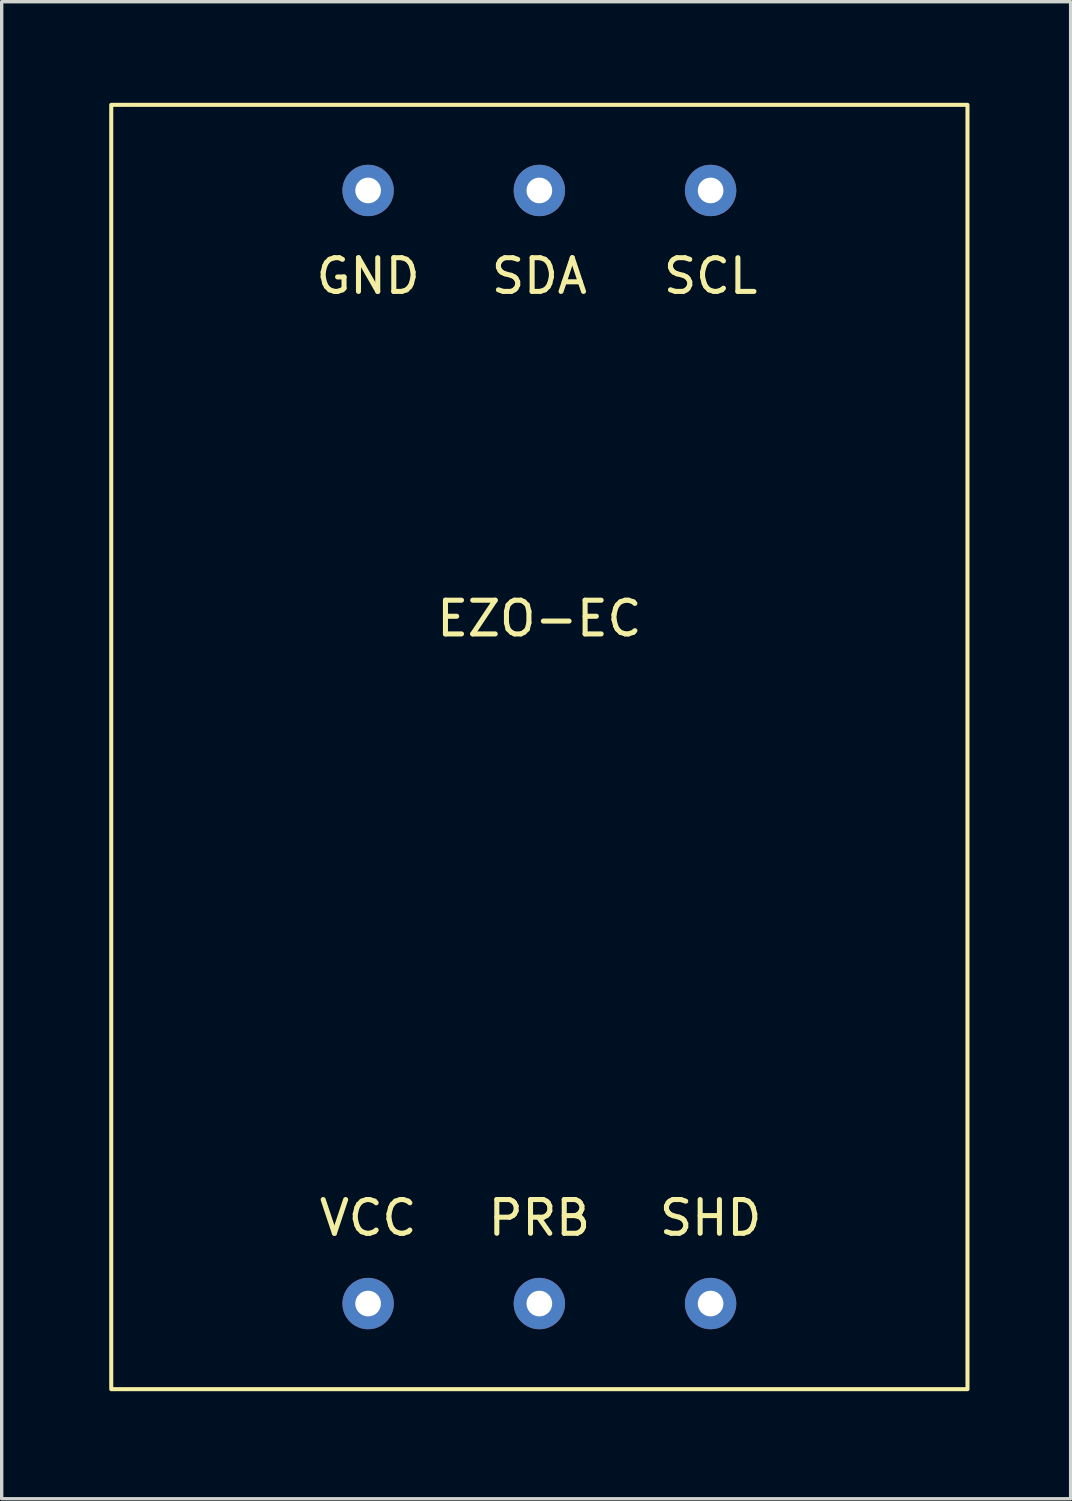
<source format=kicad_pcb>
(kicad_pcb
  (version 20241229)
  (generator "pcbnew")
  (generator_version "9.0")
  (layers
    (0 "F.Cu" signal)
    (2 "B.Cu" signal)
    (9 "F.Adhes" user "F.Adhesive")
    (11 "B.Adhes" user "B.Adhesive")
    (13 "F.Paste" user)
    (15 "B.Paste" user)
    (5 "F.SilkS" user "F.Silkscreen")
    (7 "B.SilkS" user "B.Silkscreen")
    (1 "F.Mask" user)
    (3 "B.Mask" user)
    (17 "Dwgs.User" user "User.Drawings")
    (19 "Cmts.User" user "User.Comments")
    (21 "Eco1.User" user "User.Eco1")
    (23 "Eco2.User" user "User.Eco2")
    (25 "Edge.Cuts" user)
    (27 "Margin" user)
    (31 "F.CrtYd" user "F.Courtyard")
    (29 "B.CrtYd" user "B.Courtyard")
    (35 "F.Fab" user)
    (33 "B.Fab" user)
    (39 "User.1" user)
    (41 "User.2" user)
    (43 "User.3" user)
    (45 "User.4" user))
  (footprint "EZO-EC"
    (layer "F.Cu")
    (at 0.25 38.16)
    (property "Reference" "EZO-EC" (at 12.7 -22.86 0) (unlocked yes) (layer "F.SilkS") (effects (font (size 1 1) (thickness 0.15))))
    (attr through_hole)
    (fp_rect (start 0 -38.1) (end 25.4 0) (stroke (width 0.12) (type solid)) (fill no) (layer "F.SilkS"))
    (fp_text user "GND" (at 7.62 -33.02 0) (unlocked yes) (layer "F.SilkS") (effects (font (size 1 1) (thickness 0.15))))
    (fp_text user "SHD" (at 17.78 -5.08 0) (unlocked yes) (layer "F.SilkS") (effects (font (size 1 1) (thickness 0.15))))
    (fp_text user "PRB" (at 12.7 -5.08 0) (unlocked yes) (layer "F.SilkS") (effects (font (size 1 1) (thickness 0.15))))
    (fp_text user "VCC" (at 7.62 -5.08 0) (unlocked yes) (layer "F.SilkS") (effects (font (size 1 1) (thickness 0.15))))
    (fp_text user "SCL" (at 17.78 -33.02 0) (unlocked yes) (layer "F.SilkS") (effects (font (size 1 1) (thickness 0.15))))
    (fp_text user "SDA" (at 12.7 -33.02 0) (unlocked yes) (layer "F.SilkS") (effects (font (size 1 1) (thickness 0.15))))
    (pad "1" thru_hole circle (at 7.62 -2.54) (size 1.524 1.524) (drill 0.762) (layers "*.Cu" "*.Mask"))
    (pad "2" thru_hole circle (at 7.62 -35.56) (size 1.524 1.524) (drill 0.762) (layers "*.Cu" "*.Mask"))
    (pad "3" thru_hole circle (at 12.7 -35.56) (size 1.524 1.524) (drill 0.762) (layers "*.Cu" "*.Mask"))
    (pad "4" thru_hole circle (at 17.78 -35.56) (size 1.524 1.524) (drill 0.762) (layers "*.Cu" "*.Mask"))
    (pad "5" thru_hole circle (at 12.7 -2.54) (size 1.524 1.524) (drill 0.762) (layers "*.Cu" "*.Mask"))
    (pad "6" thru_hole circle (at 17.78 -2.54) (size 1.524 1.524) (drill 0.762) (layers "*.Cu" "*.Mask")))
  (gr_rect
    (start -3 -3)
    (end 28.71 41.41)
    (stroke (width 0.1) (type default))
    (fill no)
    (layer "Edge.Cuts")))
</source>
